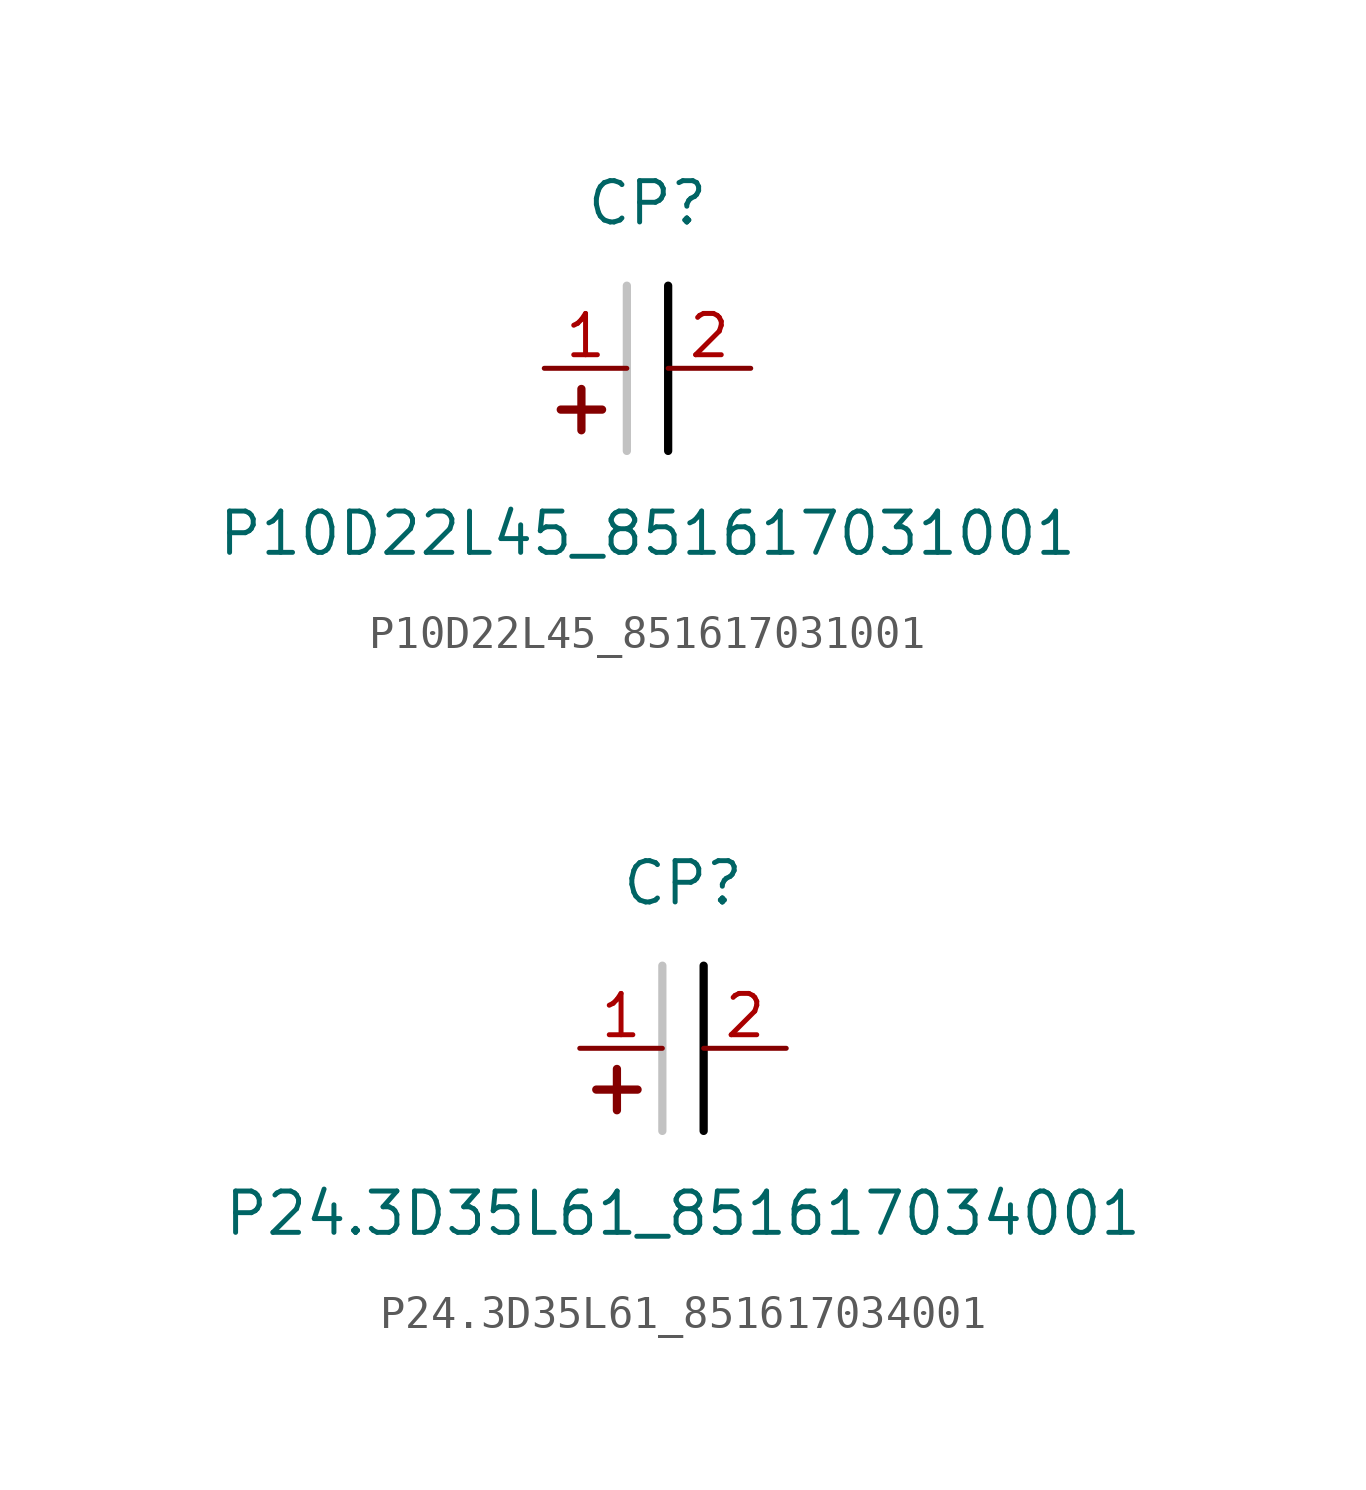
<source format=kicad_sym>
(kicad_symbol_lib
  (version 20220914)
  (generator kicad_symbol_editor)
  (symbol "P10D22L45_851617031001"
    (pin_names hide)
    (property "Reference" "CP"
      (at 0 5.08 0)
      (effects (font (size 1.27 1.27))))
    (property "Value" "P10D22L45_851617031001"
      (at 0 -5.08 0)
      (effects (font (size 1.27 1.27))))
    (symbol "P10D22L45_851617031001_1_1"
      (polyline (pts (xy -2.667 -1.27) (xy -1.397 -1.27)) (stroke (width 0.254) (type default)) (fill (type none)))
      (polyline (pts (xy -2.032 -0.635) (xy -2.032 -1.905)) (stroke (width 0.254) (type default)) (fill (type none)))
      (polyline (pts (xy -0.635 2.54) (xy -0.635 -2.54)) (stroke (width 0.254) (type default) (color 194 194 194 1)) (fill (type none)))
      (polyline (pts (xy 0.635 2.54) (xy 0.635 -2.54)) (stroke (width 0.254) (type default) (color 0 0 0 1)) (fill (type none)))
      (pin passive line (at -3.175 0 0) (length 2.54) (name "1" (effects (font (size 1.27 1.27)))) (number "1" (effects (font (size 1.27 1.27)))))
      (pin passive line (at 3.175 0 180) (length 2.54) (name "2" (effects (font (size 1.27 1.27)))) (number "2" (effects (font (size 1.27 1.27)))))))
  (symbol "P24.3D35L61_851617034001"
    (pin_names hide)
    (property "Reference" "CP"
      (at 0 5.08 0)
      (effects (font (size 1.27 1.27))))
    (property "Value" "P24.3D35L61_851617034001"
      (at 0 -5.08 0)
      (effects (font (size 1.27 1.27))))
    (symbol "P24.3D35L61_851617034001_1_1"
      (polyline (pts (xy -2.667 -1.27) (xy -1.397 -1.27)) (stroke (width 0.254) (type default)) (fill (type none)))
      (polyline (pts (xy -2.032 -0.635) (xy -2.032 -1.905)) (stroke (width 0.254) (type default)) (fill (type none)))
      (polyline (pts (xy -0.635 2.54) (xy -0.635 -2.54)) (stroke (width 0.254) (type default) (color 194 194 194 1)) (fill (type none)))
      (polyline (pts (xy 0.635 2.54) (xy 0.635 -2.54)) (stroke (width 0.254) (type default) (color 0 0 0 1)) (fill (type none)))
      (pin passive line (at -3.175 0 0) (length 2.54) (name "1" (effects (font (size 1.27 1.27)))) (number "1" (effects (font (size 1.27 1.27)))))
      (pin passive line (at 3.175 0 180) (length 2.54) (name "2" (effects (font (size 1.27 1.27)))) (number "2" (effects (font (size 1.27 1.27))))))))
</source>
